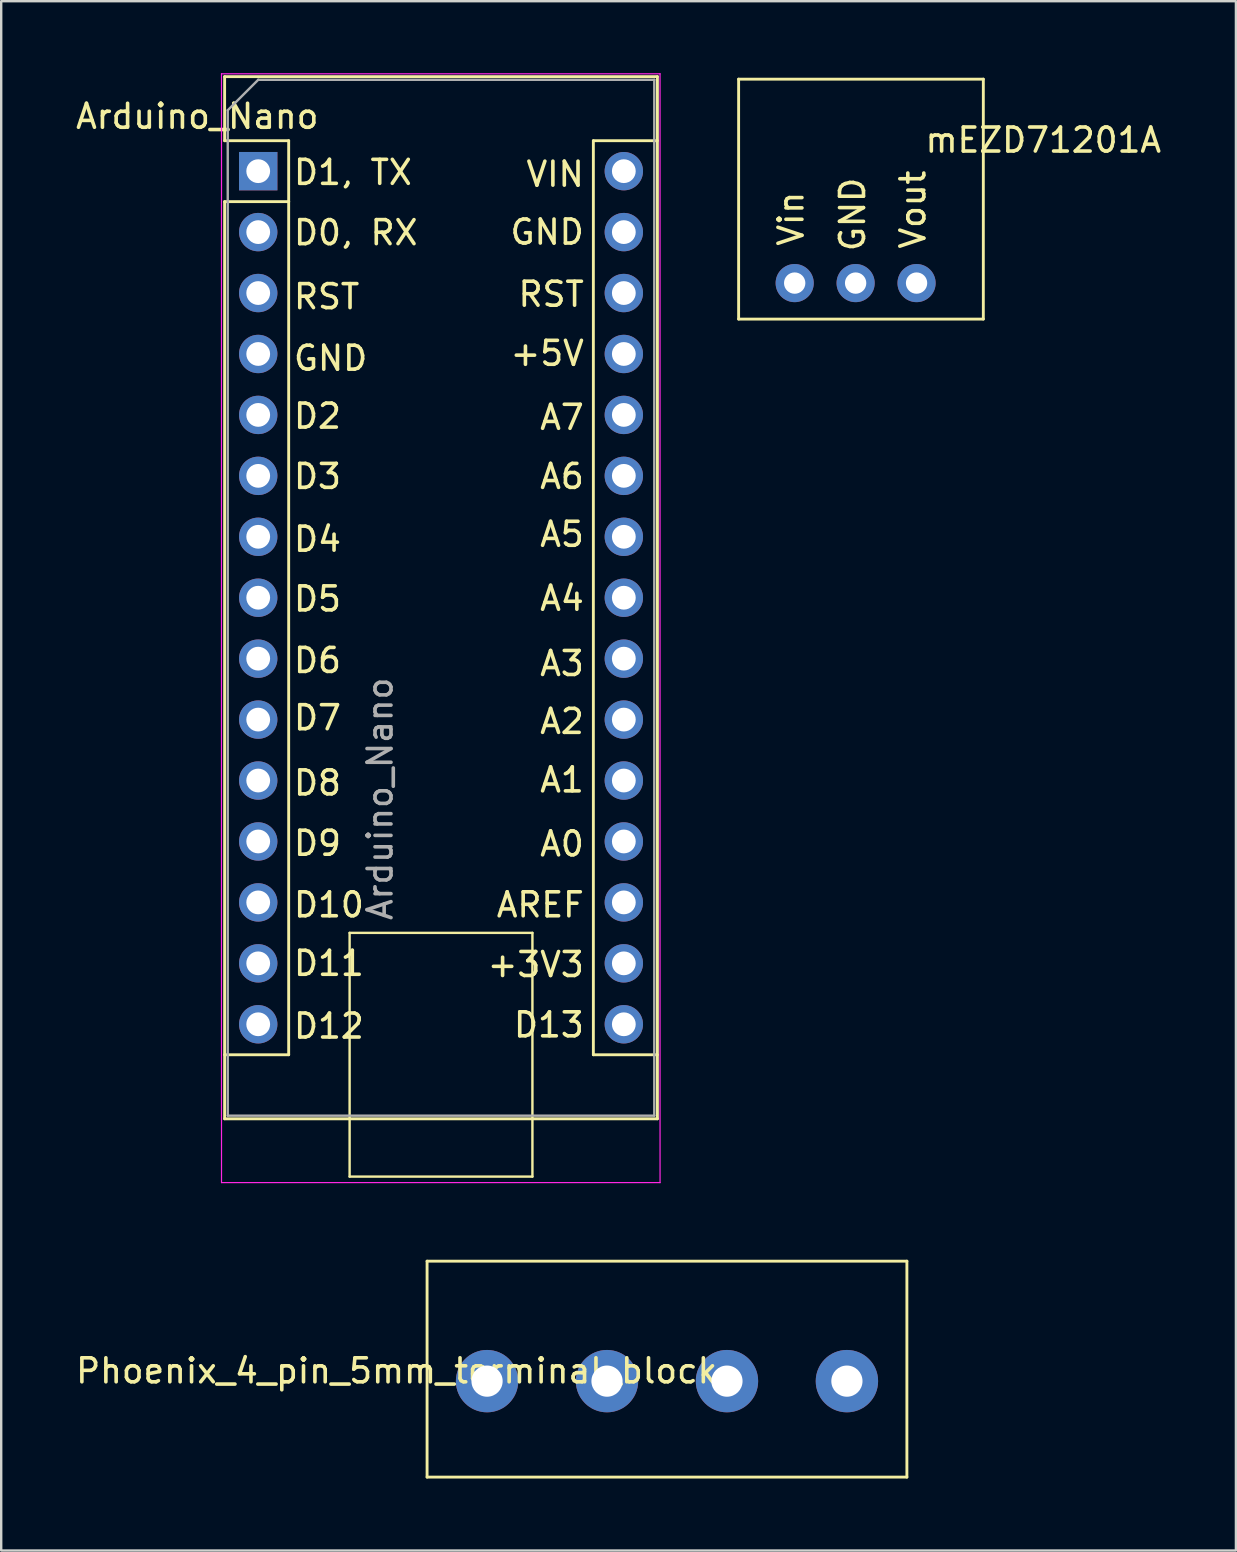
<source format=kicad_pcb>
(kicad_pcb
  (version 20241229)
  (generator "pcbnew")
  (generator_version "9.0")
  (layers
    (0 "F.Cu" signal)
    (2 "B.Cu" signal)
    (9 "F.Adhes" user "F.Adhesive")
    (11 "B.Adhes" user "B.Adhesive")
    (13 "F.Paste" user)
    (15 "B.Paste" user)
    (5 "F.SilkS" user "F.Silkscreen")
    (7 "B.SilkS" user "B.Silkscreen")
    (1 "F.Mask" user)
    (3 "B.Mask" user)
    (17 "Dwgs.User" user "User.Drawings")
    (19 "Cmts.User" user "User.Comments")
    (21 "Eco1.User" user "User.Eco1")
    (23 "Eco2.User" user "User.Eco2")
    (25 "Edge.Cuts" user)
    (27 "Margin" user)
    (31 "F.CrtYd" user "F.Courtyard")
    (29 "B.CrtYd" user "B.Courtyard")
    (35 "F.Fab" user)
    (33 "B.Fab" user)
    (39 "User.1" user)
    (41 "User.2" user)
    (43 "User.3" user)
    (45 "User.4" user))
  (footprint "Phoenix_4_pin_5mm_terminal_block"
    (layer "F.Cu")
    (at 14.752 49.52)
    (property "Reference" "Phoenix_4_pin_5mm_terminal_block" (at -1.27 4.572 0) (layer "F.SilkS") (effects (font (size 1 1) (thickness 0.15))))
    (attr through_hole)
    (fp_line (start 0 0) (end 0 9) (stroke (width 0.12) (type solid)) (layer "F.SilkS"))
    (fp_line (start 0 0) (end 20 0) (stroke (width 0.12) (type solid)) (layer "F.SilkS"))
    (fp_line (start 0 9) (end 20 9) (stroke (width 0.12) (type solid)) (layer "F.SilkS"))
    (fp_line (start 20 0) (end 20 9) (stroke (width 0.12) (type solid)) (layer "F.SilkS"))
    (pad "1" thru_hole circle (at 2.5 5) (size 2.6 2.6) (drill 1.3) (layers "*.Cu" "*.Mask"))
    (pad "2" thru_hole circle (at 7.5 5) (size 2.6 2.6) (drill 1.3) (layers "*.Cu" "*.Mask"))
    (pad "3" thru_hole circle (at 12.5 5) (size 2.6 2.6) (drill 1.3) (layers "*.Cu" "*.Mask"))
    (pad "4" thru_hole circle (at 17.5 5) (size 2.6 2.6) (drill 1.3) (layers "*.Cu" "*.Mask")))
  (footprint "Arduino_Nano"
    (layer "F.Cu")
    (at 7.713 4.085)
    (property "Reference" "Arduino_Nano" (at -2.54 -2.286 0) (layer "F.SilkS") (effects (font (size 1 1) (thickness 0.15))))
    (attr through_hole)
    (fp_line (start -1.4 -3.94) (end -1.4 -1.27) (stroke (width 0.12) (type solid)) (layer "F.SilkS"))
    (fp_line (start -1.4 1.27) (end -1.4 39.5) (stroke (width 0.12) (type solid)) (layer "F.SilkS"))
    (fp_line (start -1.4 39.5) (end 16.64 39.5) (stroke (width 0.12) (type solid)) (layer "F.SilkS"))
    (fp_line (start 1.27 -1.27) (end -1.4 -1.27) (stroke (width 0.12) (type solid)) (layer "F.SilkS"))
    (fp_line (start 1.27 1.27) (end -1.4 1.27) (stroke (width 0.12) (type solid)) (layer "F.SilkS"))
    (fp_line (start 1.27 1.27) (end 1.27 -1.27) (stroke (width 0.12) (type solid)) (layer "F.SilkS"))
    (fp_line (start 1.27 1.27) (end 1.27 36.83) (stroke (width 0.12) (type solid)) (layer "F.SilkS"))
    (fp_line (start 1.27 36.83) (end -1.4 36.83) (stroke (width 0.12) (type solid)) (layer "F.SilkS"))
    (fp_line (start 3.81 31.75) (end 11.43 31.75) (stroke (width 0.1) (type solid)) (layer "F.SilkS"))
    (fp_line (start 3.81 41.91) (end 3.81 31.75) (stroke (width 0.1) (type solid)) (layer "F.SilkS"))
    (fp_line (start 11.43 31.75) (end 11.43 41.91) (stroke (width 0.1) (type solid)) (layer "F.SilkS"))
    (fp_line (start 11.43 41.91) (end 3.81 41.91) (stroke (width 0.1) (type solid)) (layer "F.SilkS"))
    (fp_line (start 13.97 -1.27) (end 13.97 36.83) (stroke (width 0.12) (type solid)) (layer "F.SilkS"))
    (fp_line (start 13.97 -1.27) (end 16.64 -1.27) (stroke (width 0.12) (type solid)) (layer "F.SilkS"))
    (fp_line (start 13.97 36.83) (end 16.64 36.83) (stroke (width 0.12) (type solid)) (layer "F.SilkS"))
    (fp_line (start 16.64 -3.94) (end -1.4 -3.94) (stroke (width 0.12) (type solid)) (layer "F.SilkS"))
    (fp_line (start 16.64 39.5) (end 16.64 -3.94) (stroke (width 0.12) (type solid)) (layer "F.SilkS"))
    (fp_line (start -1.53 -4.06) (end -1.53 42.16) (stroke (width 0.05) (type solid)) (layer "F.CrtYd"))
    (fp_line (start -1.53 -4.06) (end 16.75 -4.06) (stroke (width 0.05) (type solid)) (layer "F.CrtYd"))
    (fp_line (start 16.75 42.16) (end -1.53 42.16) (stroke (width 0.05) (type solid)) (layer "F.CrtYd"))
    (fp_line (start 16.75 42.16) (end 16.75 -4.06) (stroke (width 0.05) (type solid)) (layer "F.CrtYd"))
    (fp_line (start -1.27 -2.54) (end 0 -3.81) (stroke (width 0.1) (type solid)) (layer "F.Fab"))
    (fp_line (start -1.27 39.37) (end -1.27 -2.54) (stroke (width 0.1) (type solid)) (layer "F.Fab"))
    (fp_line (start 0 -3.81) (end 16.51 -3.81) (stroke (width 0.1) (type solid)) (layer "F.Fab"))
    (fp_line (start 16.51 -3.81) (end 16.51 39.37) (stroke (width 0.1) (type solid)) (layer "F.Fab"))
    (fp_line (start 16.51 39.37) (end -1.27 39.37) (stroke (width 0.1) (type solid)) (layer "F.Fab"))
    (fp_text user "+5V" (at 12.044 7.595 0) (layer "F.SilkS") (effects (font (size 1 1) (thickness 0.15))))
    (fp_text user "D9" (at 2.47 28.016 0) (layer "F.SilkS") (effects (font (size 1 1) (thickness 0.15))))
    (fp_text user "AREF" (at 11.759 30.582 0) (layer "F.SilkS") (effects (font (size 1 1) (thickness 0.15))))
    (fp_text user "A7" (at 12.663 10.262 0) (layer "F.SilkS") (effects (font (size 1 1) (thickness 0.15))))
    (fp_text user "VIN" (at 12.378 0.127 0) (layer "F.SilkS") (effects (font (size 1 1) (thickness 0.15))))
    (fp_text user "D2" (at 2.47 10.211 0) (layer "F.SilkS") (effects (font (size 1 1) (thickness 0.15))))
    (fp_text user "A3" (at 12.663 20.523 0) (layer "F.SilkS") (effects (font (size 1 1) (thickness 0.15))))
    (fp_text user "A1" (at 12.663 25.375 0) (layer "F.SilkS") (effects (font (size 1 1) (thickness 0.15))))
    (fp_text user "A0" (at 12.663 28.042 0) (layer "F.SilkS") (effects (font (size 1 1) (thickness 0.15))))
    (fp_text user "GND" (at 3.018 7.798 0) (layer "F.SilkS") (effects (font (size 1 1) (thickness 0.15))))
    (fp_text user "D1, TX" (at 3.946 0.051 0) (layer "F.SilkS") (effects (font (size 1 1) (thickness 0.15))))
    (fp_text user "D12" (at 2.946 35.636 0) (layer "F.SilkS") (effects (font (size 1 1) (thickness 0.15))))
    (fp_text user "GND" (at 12.044 2.54 0) (layer "F.SilkS") (effects (font (size 1 1) (thickness 0.15))))
    (fp_text user "D7" (at 2.47 22.784 0) (layer "F.SilkS") (effects (font (size 1 1) (thickness 0.15))))
    (fp_text user "D6" (at 2.47 20.396 0) (layer "F.SilkS") (effects (font (size 1 1) (thickness 0.15))))
    (fp_text user "D8" (at 2.47 25.502 0) (layer "F.SilkS") (effects (font (size 1 1) (thickness 0.15))))
    (fp_text user "D11" (at 2.946 33.02 0) (layer "F.SilkS") (effects (font (size 1 1) (thickness 0.15))))
    (fp_text user "D4" (at 2.47 15.342 0) (layer "F.SilkS") (effects (font (size 1 1) (thickness 0.15))))
    (fp_text user "RST" (at 12.211 5.131 0) (layer "F.SilkS") (effects (font (size 1 1) (thickness 0.15))))
    (fp_text user "A4" (at 12.663 17.805 0) (layer "F.SilkS") (effects (font (size 1 1) (thickness 0.15))))
    (fp_text user "D13" (at 12.116 35.585 0) (layer "F.SilkS") (effects (font (size 1 1) (thickness 0.15))))
    (fp_text user "+3V3" (at 11.568 33.071 0) (layer "F.SilkS") (effects (font (size 1 1) (thickness 0.15))))
    (fp_text user "D0, RX" (at 4.065 2.565 0) (layer "F.SilkS") (effects (font (size 1 1) (thickness 0.15))))
    (fp_text user "D3" (at 2.47 12.725 0) (layer "F.SilkS") (effects (font (size 1 1) (thickness 0.15))))
    (fp_text user "RST" (at 2.851 5.232 0) (layer "F.SilkS") (effects (font (size 1 1) (thickness 0.15))))
    (fp_text user "A2" (at 12.663 22.936 0) (layer "F.SilkS") (effects (font (size 1 1) (thickness 0.15))))
    (fp_text user "D5" (at 2.47 17.831 0) (layer "F.SilkS") (effects (font (size 1 1) (thickness 0.15))))
    (fp_text user "A5" (at 12.663 15.138 0) (layer "F.SilkS") (effects (font (size 1 1) (thickness 0.15))))
    (fp_text user "D10" (at 2.946 30.582 0) (layer "F.SilkS") (effects (font (size 1 1) (thickness 0.15))))
    (fp_text user "A6" (at 12.663 12.725 0) (layer "F.SilkS") (effects (font (size 1 1) (thickness 0.15))))
    (fp_text user "${REFERENCE}" (at 5.08 26.162 270) (layer "F.Fab") (effects (font (size 1 1) (thickness 0.15))))
    (pad "1" thru_hole rect (at 0 0) (size 1.6 1.6) (drill 0.991) (layers "*.Cu" "*.Mask"))
    (pad "2" thru_hole oval (at 0 2.54) (size 1.6 1.6) (drill 0.991) (layers "*.Cu" "*.Mask"))
    (pad "3" thru_hole oval (at 0 5.08) (size 1.6 1.6) (drill 0.991) (layers "*.Cu" "*.Mask"))
    (pad "4" thru_hole oval (at 0 7.62) (size 1.6 1.6) (drill 0.991) (layers "*.Cu" "*.Mask"))
    (pad "5" thru_hole oval (at 0 10.16) (size 1.6 1.6) (drill 0.991) (layers "*.Cu" "*.Mask"))
    (pad "6" thru_hole oval (at 0 12.7) (size 1.6 1.6) (drill 0.991) (layers "*.Cu" "*.Mask"))
    (pad "7" thru_hole oval (at 0 15.24) (size 1.6 1.6) (drill 0.991) (layers "*.Cu" "*.Mask"))
    (pad "8" thru_hole oval (at 0 17.78) (size 1.6 1.6) (drill 0.991) (layers "*.Cu" "*.Mask"))
    (pad "9" thru_hole oval (at 0 20.32) (size 1.6 1.6) (drill 0.991) (layers "*.Cu" "*.Mask"))
    (pad "10" thru_hole oval (at 0 22.86) (size 1.6 1.6) (drill 0.991) (layers "*.Cu" "*.Mask"))
    (pad "11" thru_hole oval (at 0 25.4) (size 1.6 1.6) (drill 0.991) (layers "*.Cu" "*.Mask"))
    (pad "12" thru_hole oval (at 0 27.94) (size 1.6 1.6) (drill 0.991) (layers "*.Cu" "*.Mask"))
    (pad "13" thru_hole oval (at 0 30.48) (size 1.6 1.6) (drill 0.991) (layers "*.Cu" "*.Mask"))
    (pad "14" thru_hole oval (at 0 33.02) (size 1.6 1.6) (drill 0.991) (layers "*.Cu" "*.Mask"))
    (pad "15" thru_hole oval (at 0 35.56) (size 1.6 1.6) (drill 0.991) (layers "*.Cu" "*.Mask"))
    (pad "16" thru_hole oval (at 15.24 35.56) (size 1.6 1.6) (drill 0.991) (layers "*.Cu" "*.Mask"))
    (pad "17" thru_hole oval (at 15.24 33.02) (size 1.6 1.6) (drill 0.991) (layers "*.Cu" "*.Mask"))
    (pad "18" thru_hole oval (at 15.24 30.48) (size 1.6 1.6) (drill 0.991) (layers "*.Cu" "*.Mask"))
    (pad "19" thru_hole oval (at 15.24 27.94) (size 1.6 1.6) (drill 0.991) (layers "*.Cu" "*.Mask"))
    (pad "20" thru_hole oval (at 15.24 25.4) (size 1.6 1.6) (drill 0.991) (layers "*.Cu" "*.Mask"))
    (pad "21" thru_hole oval (at 15.24 22.86) (size 1.6 1.6) (drill 0.991) (layers "*.Cu" "*.Mask"))
    (pad "22" thru_hole oval (at 15.24 20.32) (size 1.6 1.6) (drill 0.991) (layers "*.Cu" "*.Mask"))
    (pad "23" thru_hole oval (at 15.24 17.78) (size 1.6 1.6) (drill 0.991) (layers "*.Cu" "*.Mask"))
    (pad "24" thru_hole oval (at 15.24 15.24) (size 1.6 1.6) (drill 0.991) (layers "*.Cu" "*.Mask"))
    (pad "25" thru_hole oval (at 15.24 12.7) (size 1.6 1.6) (drill 0.991) (layers "*.Cu" "*.Mask"))
    (pad "26" thru_hole oval (at 15.24 10.16) (size 1.6 1.6) (drill 0.991) (layers "*.Cu" "*.Mask"))
    (pad "27" thru_hole oval (at 15.24 7.62) (size 1.6 1.6) (drill 0.991) (layers "*.Cu" "*.Mask"))
    (pad "28" thru_hole oval (at 15.24 5.08) (size 1.6 1.6) (drill 0.991) (layers "*.Cu" "*.Mask"))
    (pad "29" thru_hole oval (at 15.24 2.54) (size 1.6 1.6) (drill 0.991) (layers "*.Cu" "*.Mask"))
    (pad "30" thru_hole oval (at 15.24 0) (size 1.6 1.6) (drill 0.991) (layers "*.Cu" "*.Mask")))
  (footprint "mEZD71201A"
    (layer "F.Cu")
    (at 27.738 0.25)
    (property "Reference" "mEZD71201A" (at 12.7 2.54 0) (layer "F.SilkS") (effects (font (size 1 1) (thickness 0.15))))
    (attr through_hole)
    (fp_line (start 0 0) (end 0 10) (stroke (width 0.12) (type solid)) (layer "F.SilkS"))
    (fp_line (start 0 0) (end 10.2 0) (stroke (width 0.12) (type solid)) (layer "F.SilkS"))
    (fp_line (start 0 10) (end 10.2 10) (stroke (width 0.12) (type solid)) (layer "F.SilkS"))
    (fp_line (start 10.2 0) (end 10.2 10) (stroke (width 0.12) (type solid)) (layer "F.SilkS"))
    (fp_text user "Vin" (at 2.184 5.817 270) (layer "F.SilkS") (effects (font (size 1 1) (thickness 0.15))))
    (fp_text user "GND" (at 4.75 5.639 270) (layer "F.SilkS") (effects (font (size 1 1) (thickness 0.15))))
    (fp_text user "Vout" (at 7.264 5.436 270) (layer "F.SilkS") (effects (font (size 1 1) (thickness 0.15))))
    (pad "1" thru_hole circle (at 2.337 8.5 90) (size 1.59 1.59) (drill 0.89) (layers "*.Cu" "*.Mask"))
    (pad "2" thru_hole circle (at 4.877 8.5 90) (size 1.59 1.59) (drill 0.89) (layers "*.Cu" "*.Mask"))
    (pad "3" thru_hole circle (at 7.417 8.5 90) (size 1.59 1.59) (drill 0.89) (layers "*.Cu" "*.Mask")))
  (gr_rect
    (start -3 -3)
    (end 48.467 61.58)
    (stroke (width 0.1) (type default))
    (fill no)
    (layer "Edge.Cuts")))
</source>
